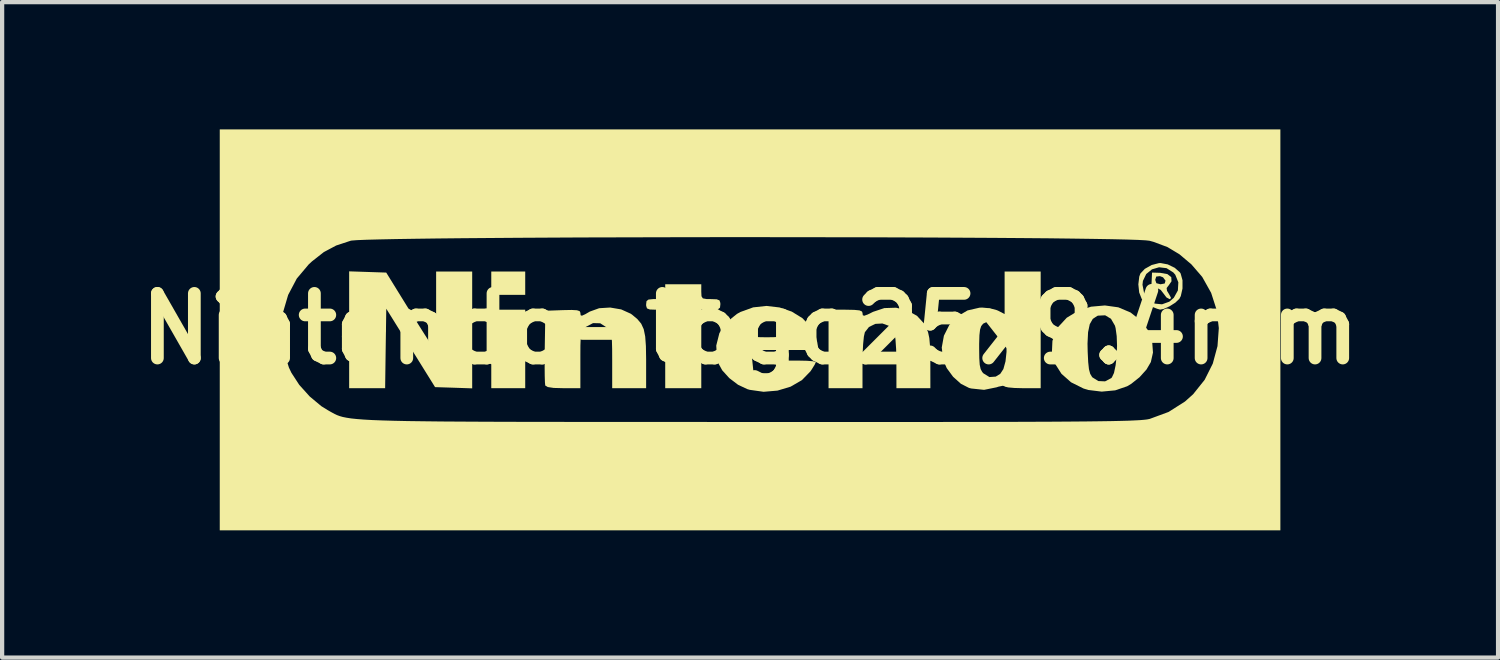
<source format=kicad_pcb>
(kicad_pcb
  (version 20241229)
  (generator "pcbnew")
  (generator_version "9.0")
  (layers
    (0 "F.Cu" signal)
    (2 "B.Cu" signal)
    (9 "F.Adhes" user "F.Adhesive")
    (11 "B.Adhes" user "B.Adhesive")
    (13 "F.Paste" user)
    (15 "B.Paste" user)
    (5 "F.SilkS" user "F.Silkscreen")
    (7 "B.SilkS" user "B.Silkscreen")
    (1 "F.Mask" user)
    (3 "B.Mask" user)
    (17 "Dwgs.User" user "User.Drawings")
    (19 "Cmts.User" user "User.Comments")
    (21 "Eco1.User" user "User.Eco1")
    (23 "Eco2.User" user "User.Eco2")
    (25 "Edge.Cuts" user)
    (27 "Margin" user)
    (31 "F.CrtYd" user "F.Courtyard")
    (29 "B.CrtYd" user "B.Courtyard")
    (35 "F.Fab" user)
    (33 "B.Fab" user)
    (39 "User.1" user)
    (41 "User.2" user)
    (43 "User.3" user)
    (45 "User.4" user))
  (footprint "Nintendo-logo25x9.4mm"
    (layer "F.Cu")
    (at 14.63 4.7)
    (property "Reference" "Nintendo-logo25x9.4mm" (at 0 0 0) (layer "F.SilkS") (effects (font (size 1.524 1.524) (thickness 0.3))))
    (attr board_only exclude_from_pos_files exclude_from_bom)
    (fp_poly (pts (xy -5.3 -0.8) (xy -6.1 -0.8) (xy -6.1 -1.35) (xy -5.3 -1.35)) (stroke (width 0) (type solid)) (fill yes) (layer "F.SilkS"))
    (fp_poly (pts (xy -5.3 1.4) (xy -6.1 1.4) (xy -6.1 -0.45) (xy -5.3 -0.45)) (stroke (width 0) (type solid)) (fill yes) (layer "F.SilkS"))
    (fp_poly (pts (xy -8.576 -1.325) (xy -8.036 -0.451) (xy -7.871 -0.184) (xy -7.721 0.054) (xy -7.596 0.251) (xy -7.504 0.393) (xy -7.453 0.466) (xy -7.448 0.472) (xy -7.43 0.443) (xy -7.416 0.318) (xy -7.406 0.101) (xy -7.401 -0.205) (xy -7.4 -0.415) (xy -7.4 -1.35) (xy -6.55 -1.35) (xy -6.55 1.404) (xy -6.987 1.389) (xy -7.425 1.375) (xy -8.575 -0.473) (xy -8.589 0.463) (xy -8.602 1.4) (xy -9.45 1.4) (xy -9.45 -1.354)) (stroke (width 0) (type solid)) (fill yes) (layer "F.SilkS"))
    (fp_poly (pts (xy -1.15 -0.875) (xy -1.145 -0.767) (xy -1.113 -0.717) (xy -1.025 -0.701) (xy -0.925 -0.7) (xy -0.786 -0.695) (xy -0.72 -0.669) (xy -0.701 -0.609) (xy -0.7 -0.575) (xy -0.709 -0.498) (xy -0.755 -0.461) (xy -0.864 -0.45) (xy -0.925 -0.45) (xy -1.15 -0.45) (xy -1.15 1.4) (xy -2 1.4) (xy -2 -0.45) (xy -2.225 -0.45) (xy -2.364 -0.455) (xy -2.43 -0.481) (xy -2.449 -0.541) (xy -2.45 -0.575) (xy -2.441 -0.652) (xy -2.395 -0.689) (xy -2.286 -0.7) (xy -2.225 -0.7) (xy -2.087 -0.704) (xy -2.021 -0.729) (xy -2.001 -0.797) (xy -2 -0.875) (xy -2 -1.05) (xy -1.15 -1.05)) (stroke (width 0) (type solid)) (fill yes) (layer "F.SilkS"))
    (fp_poly (pts (xy 9.668 -1.319) (xy 9.837 -1.289) (xy 9.928 -1.218) (xy 9.934 -1.12) (xy 9.87 -1.027) (xy 9.819 -0.961) (xy 9.828 -0.895) (xy 9.871 -0.824) (xy 9.92 -0.735) (xy 9.906 -0.702) (xy 9.885 -0.7) (xy 9.814 -0.74) (xy 9.75 -0.825) (xy 9.68 -0.916) (xy 9.617 -0.95) (xy 9.566 -0.907) (xy 9.55 -0.825) (xy 9.532 -0.731) (xy 9.498 -0.7) (xy 9.469 -0.747) (xy 9.458 -0.88) (xy 9.46 -1.012) (xy 9.467 -1.153) (xy 9.55 -1.153) (xy 9.577 -1.074) (xy 9.672 -1.05) (xy 9.679 -1.05) (xy 9.774 -1.068) (xy 9.792 -1.132) (xy 9.791 -1.137) (xy 9.734 -1.213) (xy 9.662 -1.241) (xy 9.574 -1.231) (xy 9.55 -1.154) (xy 9.55 -1.153) (xy 9.467 -1.153) (xy 9.475 -1.325)) (stroke (width 0) (type solid)) (fill yes) (layer "F.SilkS"))
    (fp_poly (pts (xy 3.704 -0.434) (xy 3.934 -0.306) (xy 4.107 -0.118) (xy 4.153 -0.033) (xy 4.196 0.083) (xy 4.225 0.219) (xy 4.241 0.4) (xy 4.248 0.647) (xy 4.249 0.787) (xy 4.25 1.4) (xy 3.45 1.4) (xy 3.449 0.787) (xy 3.443 0.481) (xy 3.427 0.245) (xy 3.401 0.091) (xy 3.387 0.054) (xy 3.275 -0.069) (xy 3.12 -0.125) (xy 2.953 -0.116) (xy 2.803 -0.043) (xy 2.706 0.081) (xy 2.683 0.182) (xy 2.665 0.359) (xy 2.653 0.589) (xy 2.65 0.802) (xy 2.65 1.4) (xy 1.85 1.4) (xy 1.85 -0.45) (xy 2.25 -0.45) (xy 2.455 -0.446) (xy 2.578 -0.434) (xy 2.637 -0.408) (xy 2.65 -0.375) (xy 2.657 -0.32) (xy 2.69 -0.307) (xy 2.773 -0.337) (xy 2.9 -0.4) (xy 3.165 -0.488) (xy 3.441 -0.497)) (stroke (width 0) (type solid)) (fill yes) (layer "F.SilkS"))
    (fp_poly (pts (xy 9.845 -1.518) (xy 10.011 -1.437) (xy 10.132 -1.329) (xy 10.149 -1.303) (xy 10.193 -1.144) (xy 10.193 -0.95) (xy 10.153 -0.772) (xy 10.118 -0.706) (xy 10.024 -0.616) (xy 9.886 -0.529) (xy 9.746 -0.467) (xy 9.664 -0.452) (xy 9.595 -0.472) (xy 9.48 -0.517) (xy 9.469 -0.522) (xy 9.333 -0.605) (xy 9.231 -0.706) (xy 9.172 -0.856) (xy 9.153 -1.038) (xy 9.25 -1.038) (xy 9.289 -0.834) (xy 9.393 -0.683) (xy 9.54 -0.594) (xy 9.71 -0.577) (xy 9.882 -0.639) (xy 9.988 -0.73) (xy 10.084 -0.904) (xy 10.095 -1.095) (xy 10.023 -1.274) (xy 9.977 -1.327) (xy 9.817 -1.429) (xy 9.64 -1.45) (xy 9.473 -1.401) (xy 9.338 -1.291) (xy 9.26 -1.129) (xy 9.25 -1.038) (xy 9.153 -1.038) (xy 9.152 -1.048) (xy 9.174 -1.231) (xy 9.201 -1.303) (xy 9.305 -1.413) (xy 9.465 -1.503) (xy 9.638 -1.548) (xy 9.675 -1.55)) (stroke (width 0) (type solid)) (fill yes) (layer "F.SilkS"))
    (fp_poly (pts (xy -3.038 -0.457) (xy -2.814 -0.356) (xy -2.781 -0.333) (xy -2.656 -0.228) (xy -2.566 -0.12) (xy -2.507 0.009) (xy -2.472 0.179) (xy -2.455 0.409) (xy -2.45 0.718) (xy -2.45 0.748) (xy -2.45 1.4) (xy -3.25 1.4) (xy -3.25 0.748) (xy -3.251 0.48) (xy -3.256 0.293) (xy -3.267 0.168) (xy -3.289 0.086) (xy -3.324 0.026) (xy -3.373 -0.027) (xy -3.532 -0.13) (xy -3.701 -0.134) (xy -3.868 -0.046) (xy -3.921 -0.002) (xy -3.958 0.047) (xy -3.981 0.117) (xy -3.993 0.227) (xy -3.999 0.396) (xy -4 0.641) (xy -4 0.729) (xy -4 1.4) (xy -4.402 1.4) (xy -4.63 1.394) (xy -4.769 1.373) (xy -4.827 1.338) (xy -4.828 1.336) (xy -4.835 1.266) (xy -4.84 1.115) (xy -4.842 0.899) (xy -4.841 0.638) (xy -4.839 0.423) (xy -4.825 -0.425) (xy -4.412 -0.44) (xy -4.206 -0.444) (xy -4.081 -0.437) (xy -4.018 -0.417) (xy -4 -0.381) (xy -4 -0.377) (xy -3.994 -0.32) (xy -3.964 -0.308) (xy -3.886 -0.343) (xy -3.777 -0.406) (xy -3.557 -0.485) (xy -3.298 -0.501)) (stroke (width 0) (type solid)) (fill yes) (layer "F.SilkS"))
    (fp_poly (pts (xy 8.68 -0.506) (xy 8.967 -0.385) (xy 9.202 -0.202) (xy 9.375 0.028) (xy 9.477 0.288) (xy 9.497 0.561) (xy 9.447 0.784) (xy 9.344 0.96) (xy 9.18 1.142) (xy 8.984 1.298) (xy 8.888 1.355) (xy 8.607 1.451) (xy 8.288 1.481) (xy 7.972 1.442) (xy 7.86 1.408) (xy 7.566 1.261) (xy 7.34 1.061) (xy 7.188 0.822) (xy 7.115 0.558) (xy 7.124 0.35) (xy 7.954 0.35) (xy 7.958 0.542) (xy 7.97 0.786) (xy 7.988 0.952) (xy 8.017 1.061) (xy 8.061 1.135) (xy 8.07 1.145) (xy 8.209 1.232) (xy 8.368 1.239) (xy 8.511 1.164) (xy 8.528 1.147) (xy 8.578 1.041) (xy 8.616 0.862) (xy 8.641 0.64) (xy 8.65 0.401) (xy 8.642 0.173) (xy 8.616 -0.016) (xy 8.601 -0.073) (xy 8.507 -0.236) (xy 8.37 -0.318) (xy 8.204 -0.31) (xy 8.183 -0.303) (xy 8.078 -0.233) (xy 8.007 -0.109) (xy 7.967 0.081) (xy 7.954 0.35) (xy 7.124 0.35) (xy 7.127 0.284) (xy 7.23 0.013) (xy 7.266 -0.046) (xy 7.465 -0.261) (xy 7.73 -0.422) (xy 8.037 -0.521) (xy 8.364 -0.55)) (stroke (width 0) (type solid)) (fill yes) (layer "F.SilkS"))
    (fp_poly (pts (xy 6.85 1.4) (xy 6.425 1.4) (xy 6.233 1.395) (xy 6.086 1.382) (xy 6.007 1.364) (xy 6 1.356) (xy 5.959 1.343) (xy 5.856 1.364) (xy 5.812 1.379) (xy 5.516 1.439) (xy 5.212 1.407) (xy 5.161 1.394) (xy 4.969 1.296) (xy 4.785 1.13) (xy 4.635 0.926) (xy 4.554 0.739) (xy 4.52 0.458) (xy 5.4 0.458) (xy 5.403 0.692) (xy 5.413 0.848) (xy 5.435 0.95) (xy 5.472 1.018) (xy 5.5 1.05) (xy 5.642 1.138) (xy 5.791 1.127) (xy 5.897 1.062) (xy 5.971 0.949) (xy 6.021 0.767) (xy 6.045 0.545) (xy 6.044 0.314) (xy 6.016 0.102) (xy 5.961 -0.063) (xy 5.918 -0.124) (xy 5.79 -0.19) (xy 5.634 -0.188) (xy 5.495 -0.121) (xy 5.491 -0.117) (xy 5.448 -0.063) (xy 5.421 0.02) (xy 5.406 0.152) (xy 5.4 0.354) (xy 5.4 0.458) (xy 4.52 0.458) (xy 4.518 0.443) (xy 4.569 0.163) (xy 4.695 -0.087) (xy 4.885 -0.291) (xy 5.127 -0.433) (xy 5.41 -0.498) (xy 5.475 -0.5) (xy 5.653 -0.483) (xy 5.815 -0.44) (xy 5.852 -0.424) (xy 6 -0.347) (xy 6 -1.35) (xy 6.85 -1.35)) (stroke (width 0) (type solid)) (fill yes) (layer "F.SilkS"))
    (fp_poly (pts (xy 0.695 -0.503) (xy 0.983 -0.405) (xy 1.233 -0.251) (xy 1.429 -0.047) (xy 1.555 0.2) (xy 1.584 0.319) (xy 1.613 0.5) (xy 0.05 0.5) (xy 0.05 0.728) (xy 0.076 0.979) (xy 0.156 1.146) (xy 0.291 1.234) (xy 0.405 1.249) (xy 0.558 1.204) (xy 0.672 1.075) (xy 0.731 0.909) (xy 0.762 0.75) (xy 1.156 0.75) (xy 1.34 0.754) (xy 1.478 0.765) (xy 1.547 0.78) (xy 1.55 0.785) (xy 1.524 0.844) (xy 1.458 0.951) (xy 1.423 1.003) (xy 1.222 1.21) (xy 0.956 1.364) (xy 0.647 1.457) (xy 0.319 1.485) (xy -0.007 1.439) (xy -0.066 1.422) (xy -0.284 1.319) (xy -0.489 1.163) (xy -0.656 0.979) (xy -0.76 0.79) (xy -0.778 0.726) (xy -0.797 0.395) (xy -0.723 0.102) (xy 0.05 0.102) (xy 0.06 0.154) (xy 0.104 0.183) (xy 0.204 0.197) (xy 0.381 0.2) (xy 0.4 0.2) (xy 0.584 0.197) (xy 0.69 0.185) (xy 0.738 0.157) (xy 0.75 0.108) (xy 0.75 0.102) (xy 0.71 -0.093) (xy 0.601 -0.229) (xy 0.44 -0.293) (xy 0.284 -0.282) (xy 0.171 -0.208) (xy 0.086 -0.07) (xy 0.05 0.094) (xy 0.05 0.102) (xy -0.723 0.102) (xy -0.723 0.102) (xy -0.56 -0.148) (xy -0.31 -0.35) (xy -0.228 -0.396) (xy 0.073 -0.505) (xy 0.386 -0.539)) (stroke (width 0) (type solid)) (fill yes) (layer "F.SilkS"))
    (fp_poly (pts (xy 12.5 4.75) (xy -12.5 4.75) (xy -12.5 0.055) (xy -11.05 0.055) (xy -11.004 0.493) (xy -10.869 0.916) (xy -10.811 1.038) (xy -10.626 1.322) (xy -10.38 1.595) (xy -10.106 1.824) (xy -9.957 1.916) (xy -9.898 1.95) (xy -9.844 1.98) (xy -9.792 2.008) (xy -9.737 2.034) (xy -9.675 2.057) (xy -9.602 2.078) (xy -9.512 2.096) (xy -9.403 2.113) (xy -9.268 2.127) (xy -9.104 2.14) (xy -8.907 2.151) (xy -8.672 2.16) (xy -8.395 2.168) (xy -8.071 2.175) (xy -7.696 2.18) (xy -7.265 2.185) (xy -6.775 2.188) (xy -6.22 2.191) (xy -5.596 2.193) (xy -4.9 2.194) (xy -4.126 2.195) (xy -3.27 2.196) (xy -2.327 2.196) (xy -1.294 2.196) (xy -0.166 2.197) (xy -0.023 2.197) (xy 1.113 2.197) (xy 2.153 2.197) (xy 3.102 2.197) (xy 3.964 2.197) (xy 4.743 2.196) (xy 5.444 2.195) (xy 6.07 2.194) (xy 6.626 2.192) (xy 7.117 2.19) (xy 7.546 2.187) (xy 7.918 2.184) (xy 8.237 2.18) (xy 8.508 2.176) (xy 8.735 2.171) (xy 8.921 2.166) (xy 9.072 2.159) (xy 9.192 2.153) (xy 9.285 2.145) (xy 9.355 2.137) (xy 9.406 2.127) (xy 9.423 2.123) (xy 9.865 1.96) (xy 10.252 1.714) (xy 10.443 1.543) (xy 10.715 1.203) (xy 10.907 0.82) (xy 11.018 0.408) (xy 11.049 -0.017) (xy 10.999 -0.441) (xy 10.868 -0.847) (xy 10.658 -1.222) (xy 10.403 -1.518) (xy 10.12 -1.757) (xy 9.837 -1.927) (xy 9.513 -2.048) (xy 9.416 -2.075) (xy 9.327 -2.085) (xy 9.144 -2.095) (xy 8.873 -2.104) (xy 8.521 -2.112) (xy 8.094 -2.119) (xy 7.597 -2.126) (xy 7.038 -2.133) (xy 6.421 -2.138) (xy 5.754 -2.143) (xy 5.043 -2.147) (xy 4.293 -2.151) (xy 3.511 -2.154) (xy 2.703 -2.157) (xy 1.875 -2.158) (xy 1.033 -2.159) (xy 0.184 -2.16) (xy -0.666 -2.16) (xy -1.512 -2.159) (xy -2.346 -2.157) (xy -3.164 -2.155) (xy -3.958 -2.153) (xy -4.722 -2.149) (xy -5.451 -2.145) (xy -6.138 -2.14) (xy -6.778 -2.135) (xy -7.363 -2.129) (xy -7.887 -2.122) (xy -8.345 -2.115) (xy -8.731 -2.107) (xy -9.037 -2.099) (xy -9.259 -2.09) (xy -9.389 -2.08) (xy -9.416 -2.075) (xy -9.756 -1.963) (xy -10.047 -1.808) (xy -10.326 -1.589) (xy -10.403 -1.518) (xy -10.685 -1.183) (xy -10.888 -0.798) (xy -11.011 -0.38) (xy -11.05 0.055) (xy -12.5 0.055) (xy -12.5 -4.7) (xy 12.5 -4.7)) (stroke (width 0) (type solid)) (fill yes) (layer "F.SilkS")))
  (gr_rect
    (start -3 -3)
    (end 32.261 12.45)
    (stroke (width 0.1) (type default))
    (fill no)
    (layer "Edge.Cuts")))
</source>
